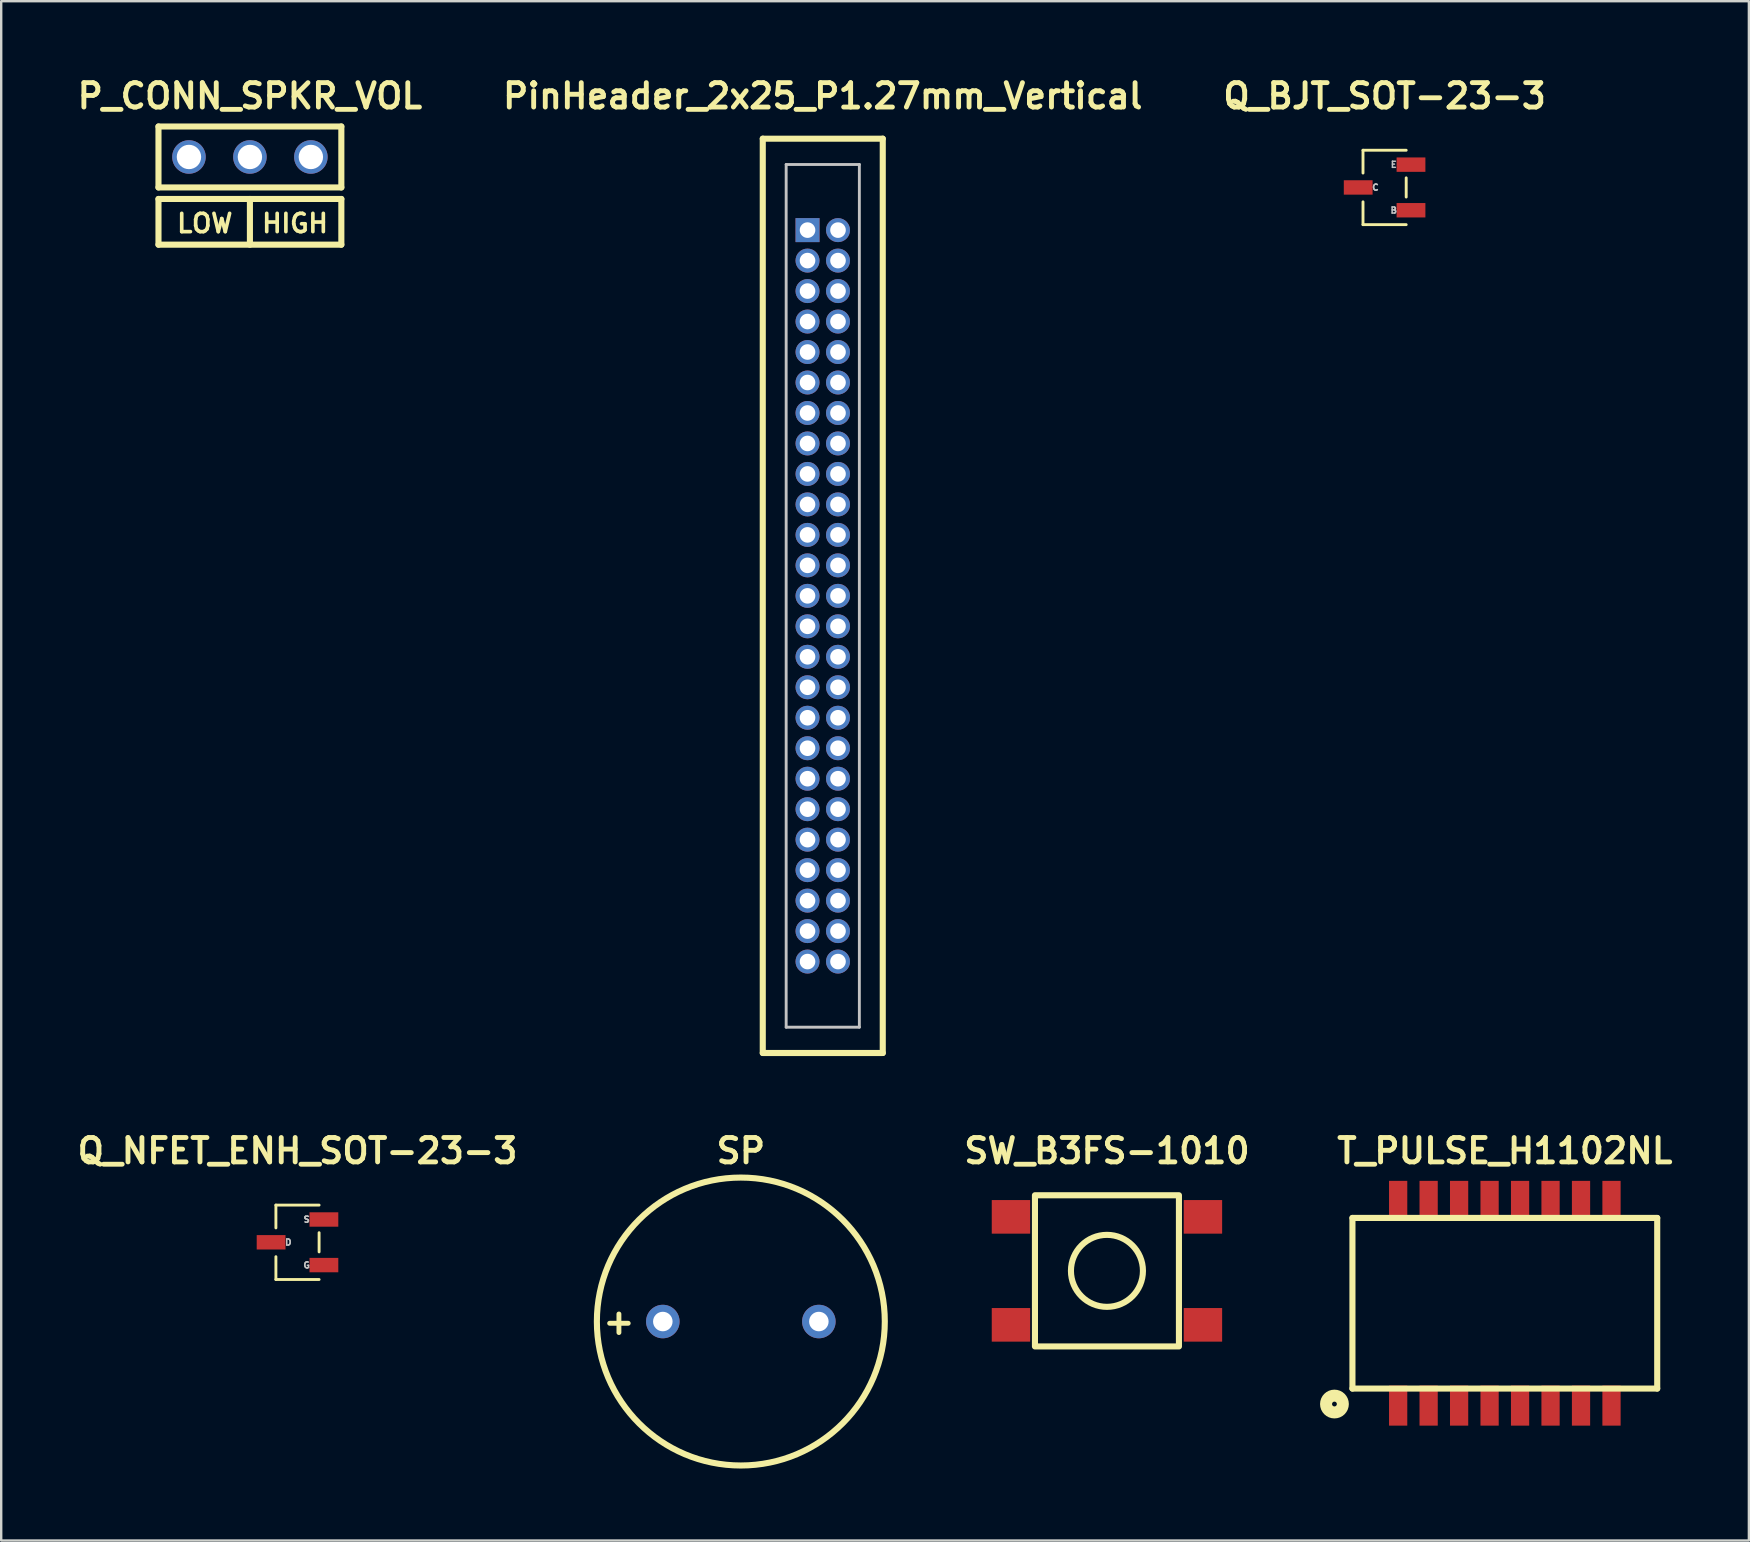
<source format=kicad_pcb>
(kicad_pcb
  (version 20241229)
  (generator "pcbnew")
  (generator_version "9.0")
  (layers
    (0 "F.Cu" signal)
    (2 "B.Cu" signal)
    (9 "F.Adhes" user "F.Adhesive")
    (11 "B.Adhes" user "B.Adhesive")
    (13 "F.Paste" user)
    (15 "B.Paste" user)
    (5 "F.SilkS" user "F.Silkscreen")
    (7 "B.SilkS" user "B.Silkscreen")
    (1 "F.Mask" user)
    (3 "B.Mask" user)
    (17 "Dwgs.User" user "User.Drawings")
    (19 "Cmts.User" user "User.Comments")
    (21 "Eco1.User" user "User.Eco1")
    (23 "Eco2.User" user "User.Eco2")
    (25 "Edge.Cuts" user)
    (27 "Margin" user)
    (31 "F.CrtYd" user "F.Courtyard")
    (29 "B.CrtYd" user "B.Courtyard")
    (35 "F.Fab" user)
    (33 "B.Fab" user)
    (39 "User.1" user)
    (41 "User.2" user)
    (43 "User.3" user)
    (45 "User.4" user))
  (footprint "T_PULSE_H1102NL"
    (layer "F.Cu")
    (at 59.657 51.257)
    (property "Reference" "T_PULSE_H1102NL" (at 0 -6.35 0) (unlocked yes) (layer "F.SilkS") (effects (font (size 1.016 1.016) (thickness 0.203))))
    (attr smd)
    (fp_line (start -6.35 -3.555) (end -6.35 3.555) (stroke (width 0.254) (type default)) (layer "F.SilkS"))
    (fp_line (start -6.35 -3.555) (end 6.35 -3.555) (stroke (width 0.254) (type default)) (layer "F.SilkS"))
    (fp_line (start -6.35 3.555) (end 6.35 3.555) (stroke (width 0.254) (type default)) (layer "F.SilkS"))
    (fp_line (start 6.35 -3.555) (end 6.35 3.555) (stroke (width 0.254) (type default)) (layer "F.SilkS"))
    (fp_circle (center -7.1 4.2) (end -7 4.2) (stroke (width 0.5) (type default)) (fill no) (layer "F.SilkS"))
    (pad "1" smd rect (at -4.445 4.265) (size 0.76 1.67) (layers "F.Cu" "F.Mask" "F.Paste"))
    (pad "2" smd rect (at -3.175 4.265) (size 0.76 1.67) (layers "F.Cu" "F.Mask" "F.Paste"))
    (pad "3" smd rect (at -1.905 4.265) (size 0.76 1.67) (layers "F.Cu" "F.Mask" "F.Paste"))
    (pad "4" smd rect (at -0.635 4.265) (size 0.76 1.67) (layers "F.Cu" "F.Mask" "F.Paste"))
    (pad "5" smd rect (at 0.635 4.265) (size 0.76 1.67) (layers "F.Cu" "F.Mask" "F.Paste"))
    (pad "6" smd rect (at 1.905 4.265) (size 0.76 1.67) (layers "F.Cu" "F.Mask" "F.Paste"))
    (pad "7" smd rect (at 3.175 4.265) (size 0.76 1.67) (layers "F.Cu" "F.Mask" "F.Paste"))
    (pad "8" smd rect (at 4.445 4.265) (size 0.76 1.67) (layers "F.Cu" "F.Mask" "F.Paste"))
    (pad "9" smd rect (at 4.445 -4.265) (size 0.76 1.67) (layers "F.Cu" "F.Mask" "F.Paste"))
    (pad "10" smd rect (at 3.175 -4.265) (size 0.76 1.67) (layers "F.Cu" "F.Mask" "F.Paste"))
    (pad "11" smd rect (at 1.905 -4.265) (size 0.76 1.67) (layers "F.Cu" "F.Mask" "F.Paste"))
    (pad "12" smd rect (at 0.635 -4.265) (size 0.76 1.67) (layers "F.Cu" "F.Mask" "F.Paste"))
    (pad "13" smd rect (at -0.635 -4.265) (size 0.76 1.67) (layers "F.Cu" "F.Mask" "F.Paste"))
    (pad "14" smd rect (at -1.905 -4.265) (size 0.76 1.67) (layers "F.Cu" "F.Mask" "F.Paste"))
    (pad "15" smd rect (at -3.175 -4.265) (size 0.76 1.67) (layers "F.Cu" "F.Mask" "F.Paste"))
    (pad "16" smd rect (at -4.445 -4.265) (size 0.76 1.67) (layers "F.Cu" "F.Mask" "F.Paste")))
  (footprint "Q_BJT_SOT-23-3"
    (layer "F.Cu")
    (at 54.647 4.761)
    (property "Reference" "Q_BJT_SOT-23-3" (at 0 -3.81 0) (layer "F.SilkS") (effects (font (size 1.016 1.016) (thickness 0.203))))
    (property "Value" "${VALUE}" (at 0 3.81 0) (layer "F.SilkS") (hide yes) (effects (font (size 1.016 0.914) (thickness 0.203) (italic yes))))
    (attr smd)
    (fp_line (start -0.9 -1.55) (end -0.9 -0.6) (stroke (width 0.12) (type solid)) (layer "F.SilkS"))
    (fp_line (start -0.9 -1.55) (end 0.9 -1.55) (stroke (width 0.12) (type solid)) (layer "F.SilkS"))
    (fp_line (start -0.9 0.6) (end -0.9 1.55) (stroke (width 0.12) (type solid)) (layer "F.SilkS"))
    (fp_line (start 0.9 -0.4) (end 0.9 0.4) (stroke (width 0.12) (type solid)) (layer "F.SilkS"))
    (fp_line (start 0.9 1.55) (end -0.9 1.55) (stroke (width 0.12) (type solid)) (layer "F.SilkS"))
    (fp_text user "E" (at 0.381 -0.953 0) (layer "Dwgs.User") (effects (font (size 0.254 0.254) (thickness 0.064))))
    (fp_text user "B" (at 0.381 0.953 0) (layer "Dwgs.User") (effects (font (size 0.254 0.254) (thickness 0.064))))
    (fp_text user "C" (at -0.381 0 0) (layer "Dwgs.User") (effects (font (size 0.254 0.254) (thickness 0.064))))
    (pad "1" smd rect (at 1.1 0.95) (size 1.2 0.6) (layers "F.Cu" "F.Mask" "F.Paste"))
    (pad "2" smd rect (at 1.1 -0.95) (size 1.2 0.6) (layers "F.Cu" "F.Mask" "F.Paste"))
    (pad "3" smd rect (at -1.1 0) (size 1.2 0.6) (layers "F.Cu" "F.Mask" "F.Paste")))
  (footprint "Q_NFET_ENH_SOT-23-3"
    (layer "F.Cu")
    (at 9.347 48.717)
    (property "Reference" "Q_NFET_ENH_SOT-23-3" (at 0 -3.81 0) (layer "F.SilkS") (effects (font (size 1.016 1.016) (thickness 0.203))))
    (property "Value" "${VALUE}" (at 0 3.81 0) (layer "F.SilkS") (hide yes) (effects (font (size 1.016 0.914) (thickness 0.203) (italic yes))))
    (attr smd)
    (fp_line (start -0.9 -1.55) (end -0.9 -0.6) (stroke (width 0.12) (type solid)) (layer "F.SilkS"))
    (fp_line (start -0.9 -1.55) (end 0.9 -1.55) (stroke (width 0.12) (type solid)) (layer "F.SilkS"))
    (fp_line (start -0.9 0.6) (end -0.9 1.55) (stroke (width 0.12) (type solid)) (layer "F.SilkS"))
    (fp_line (start 0.9 -0.4) (end 0.9 0.4) (stroke (width 0.12) (type solid)) (layer "F.SilkS"))
    (fp_line (start 0.9 1.55) (end -0.9 1.55) (stroke (width 0.12) (type solid)) (layer "F.SilkS"))
    (fp_text user "D" (at -0.381 0 0) (layer "Dwgs.User") (effects (font (size 0.254 0.254) (thickness 0.064))))
    (fp_text user "G" (at 0.381 0.953 0) (layer "Dwgs.User") (effects (font (size 0.254 0.254) (thickness 0.064))))
    (fp_text user "S" (at 0.381 -0.953 0) (layer "Dwgs.User") (effects (font (size 0.254 0.254) (thickness 0.064))))
    (pad "1" smd rect (at 1.1 0.95) (size 1.2 0.6) (layers "F.Cu" "F.Mask" "F.Paste"))
    (pad "2" smd rect (at -1.1 0) (size 1.2 0.6) (layers "F.Cu" "F.Mask" "F.Paste"))
    (pad "3" smd rect (at 1.1 -0.95) (size 1.2 0.6) (layers "F.Cu" "F.Mask" "F.Paste")))
  (footprint "PinHeader_2x25_P1.27mm_Vertical"
    (layer "F.Cu")
    (at 31.235 21.779)
    (property "Reference" "PinHeader_2x25_P1.27mm_Vertical" (at 0 -20.828 0) (layer "F.SilkS") (effects (font (size 1.016 1.016) (thickness 0.203))))
    (attr through_hole)
    (fp_line (start -2.5 -19.05) (end 2.5 -19.05) (stroke (width 0.254) (type solid)) (layer "F.SilkS"))
    (fp_line (start -2.5 19.05) (end -2.5 -19.05) (stroke (width 0.254) (type solid)) (layer "F.SilkS"))
    (fp_line (start -2.5 19.05) (end 2.5 19.05) (stroke (width 0.254) (type solid)) (layer "F.SilkS"))
    (fp_line (start 2.5 -19.05) (end 2.5 19.05) (stroke (width 0.254) (type solid)) (layer "F.SilkS"))
    (fp_line (start -1.525 -17.975) (end -1.525 17.975) (stroke (width 0.12) (type default)) (layer "Dwgs.User"))
    (fp_line (start -1.525 -17.975) (end 1.525 -17.975) (stroke (width 0.12) (type default)) (layer "Dwgs.User"))
    (fp_line (start -1.525 17.975) (end 1.525 17.975) (stroke (width 0.12) (type default)) (layer "Dwgs.User"))
    (fp_line (start 1.525 17.975) (end 1.525 -17.975) (stroke (width 0.12) (type default)) (layer "Dwgs.User"))
    (pad "1" thru_hole rect (at -0.635 -15.24) (size 1 1) (drill 0.65) (layers "*.Cu" "*.Mask"))
    (pad "2" thru_hole oval (at 0.635 -15.24) (size 1 1) (drill 0.65) (layers "*.Cu" "*.Mask"))
    (pad "3" thru_hole oval (at -0.635 -13.97) (size 1 1) (drill 0.65) (layers "*.Cu" "*.Mask"))
    (pad "4" thru_hole oval (at 0.635 -13.97) (size 1 1) (drill 0.65) (layers "*.Cu" "*.Mask"))
    (pad "5" thru_hole oval (at -0.635 -12.7) (size 1 1) (drill 0.65) (layers "*.Cu" "*.Mask"))
    (pad "6" thru_hole oval (at 0.635 -12.7) (size 1 1) (drill 0.65) (layers "*.Cu" "*.Mask"))
    (pad "7" thru_hole oval (at -0.635 -11.43) (size 1 1) (drill 0.65) (layers "*.Cu" "*.Mask"))
    (pad "8" thru_hole oval (at 0.635 -11.43) (size 1 1) (drill 0.65) (layers "*.Cu" "*.Mask"))
    (pad "9" thru_hole oval (at -0.635 -10.16) (size 1 1) (drill 0.65) (layers "*.Cu" "*.Mask"))
    (pad "10" thru_hole oval (at 0.635 -10.16) (size 1 1) (drill 0.65) (layers "*.Cu" "*.Mask"))
    (pad "11" thru_hole oval (at -0.635 -8.89) (size 1 1) (drill 0.65) (layers "*.Cu" "*.Mask"))
    (pad "12" thru_hole oval (at 0.635 -8.89) (size 1 1) (drill 0.65) (layers "*.Cu" "*.Mask"))
    (pad "13" thru_hole oval (at -0.635 -7.62) (size 1 1) (drill 0.65) (layers "*.Cu" "*.Mask"))
    (pad "14" thru_hole oval (at 0.635 -7.62) (size 1 1) (drill 0.65) (layers "*.Cu" "*.Mask"))
    (pad "15" thru_hole oval (at -0.635 -6.35) (size 1 1) (drill 0.65) (layers "*.Cu" "*.Mask"))
    (pad "16" thru_hole oval (at 0.635 -6.35) (size 1 1) (drill 0.65) (layers "*.Cu" "*.Mask"))
    (pad "17" thru_hole oval (at -0.635 -5.08) (size 1 1) (drill 0.65) (layers "*.Cu" "*.Mask"))
    (pad "18" thru_hole oval (at 0.635 -5.08) (size 1 1) (drill 0.65) (layers "*.Cu" "*.Mask"))
    (pad "19" thru_hole oval (at -0.635 -3.81) (size 1 1) (drill 0.65) (layers "*.Cu" "*.Mask"))
    (pad "20" thru_hole oval (at 0.635 -3.81) (size 1 1) (drill 0.65) (layers "*.Cu" "*.Mask"))
    (pad "21" thru_hole oval (at -0.635 -2.54) (size 1 1) (drill 0.65) (layers "*.Cu" "*.Mask"))
    (pad "22" thru_hole oval (at 0.635 -2.54) (size 1 1) (drill 0.65) (layers "*.Cu" "*.Mask"))
    (pad "23" thru_hole oval (at -0.635 -1.27) (size 1 1) (drill 0.65) (layers "*.Cu" "*.Mask"))
    (pad "24" thru_hole oval (at 0.635 -1.27) (size 1 1) (drill 0.65) (layers "*.Cu" "*.Mask"))
    (pad "25" thru_hole oval (at -0.635 0) (size 1 1) (drill 0.65) (layers "*.Cu" "*.Mask"))
    (pad "26" thru_hole oval (at 0.635 0) (size 1 1) (drill 0.65) (layers "*.Cu" "*.Mask"))
    (pad "27" thru_hole oval (at -0.635 1.27) (size 1 1) (drill 0.65) (layers "*.Cu" "*.Mask"))
    (pad "28" thru_hole oval (at 0.635 1.27) (size 1 1) (drill 0.65) (layers "*.Cu" "*.Mask"))
    (pad "29" thru_hole oval (at -0.635 2.54) (size 1 1) (drill 0.65) (layers "*.Cu" "*.Mask"))
    (pad "30" thru_hole oval (at 0.635 2.54) (size 1 1) (drill 0.65) (layers "*.Cu" "*.Mask"))
    (pad "31" thru_hole oval (at -0.635 3.81) (size 1 1) (drill 0.65) (layers "*.Cu" "*.Mask"))
    (pad "32" thru_hole oval (at 0.635 3.81) (size 1 1) (drill 0.65) (layers "*.Cu" "*.Mask"))
    (pad "33" thru_hole oval (at -0.635 5.08) (size 1 1) (drill 0.65) (layers "*.Cu" "*.Mask"))
    (pad "34" thru_hole oval (at 0.635 5.08) (size 1 1) (drill 0.65) (layers "*.Cu" "*.Mask"))
    (pad "35" thru_hole oval (at -0.635 6.35) (size 1 1) (drill 0.65) (layers "*.Cu" "*.Mask"))
    (pad "36" thru_hole oval (at 0.635 6.35) (size 1 1) (drill 0.65) (layers "*.Cu" "*.Mask"))
    (pad "37" thru_hole oval (at -0.635 7.62) (size 1 1) (drill 0.65) (layers "*.Cu" "*.Mask"))
    (pad "38" thru_hole oval (at 0.635 7.62) (size 1 1) (drill 0.65) (layers "*.Cu" "*.Mask"))
    (pad "39" thru_hole oval (at -0.635 8.89) (size 1 1) (drill 0.65) (layers "*.Cu" "*.Mask"))
    (pad "40" thru_hole oval (at 0.635 8.89) (size 1 1) (drill 0.65) (layers "*.Cu" "*.Mask"))
    (pad "41" thru_hole oval (at -0.635 10.16) (size 1 1) (drill 0.65) (layers "*.Cu" "*.Mask"))
    (pad "42" thru_hole oval (at 0.635 10.16) (size 1 1) (drill 0.65) (layers "*.Cu" "*.Mask"))
    (pad "43" thru_hole oval (at -0.635 11.43) (size 1 1) (drill 0.65) (layers "*.Cu" "*.Mask"))
    (pad "44" thru_hole oval (at 0.635 11.43) (size 1 1) (drill 0.65) (layers "*.Cu" "*.Mask"))
    (pad "45" thru_hole oval (at -0.635 12.7) (size 1 1) (drill 0.65) (layers "*.Cu" "*.Mask"))
    (pad "46" thru_hole oval (at 0.635 12.7) (size 1 1) (drill 0.65) (layers "*.Cu" "*.Mask"))
    (pad "47" thru_hole oval (at -0.635 13.97) (size 1 1) (drill 0.65) (layers "*.Cu" "*.Mask"))
    (pad "48" thru_hole oval (at 0.635 13.97) (size 1 1) (drill 0.65) (layers "*.Cu" "*.Mask"))
    (pad "49" thru_hole oval (at -0.635 15.24) (size 1 1) (drill 0.65) (layers "*.Cu" "*.Mask"))
    (pad "50" thru_hole oval (at 0.635 15.24) (size 1 1) (drill 0.65) (layers "*.Cu" "*.Mask")))
  (footprint "SP"
    (layer "F.Cu")
    (at 27.821 52.019)
    (property "Reference" "SP" (at 0 -7.112 0) (layer "F.SilkS") (effects (font (size 1.016 1.016) (thickness 0.203))))
    (property "Value" "${VALUE}" (at 0 7.112 0) (layer "F.SilkS") (hide yes) (effects (font (size 1.016 0.914) (thickness 0.203) (italic yes))))
    (attr through_hole)
    (fp_circle (center 0 0) (end 0 -5.999) (stroke (width 0.254) (type solid)) (fill no) (layer "F.SilkS"))
    (fp_text user "+" (at -5.08 0 0) (layer "F.SilkS") (effects (font (size 1.016 1.016) (thickness 0.203))))
    (pad "1" thru_hole circle (at -3.251 0) (size 1.397 1.397) (drill 0.813) (layers "*.Cu" "*.Mask"))
    (pad "2" thru_hole circle (at 3.251 0) (size 1.397 1.397) (drill 0.813) (layers "*.Cu" "*.Mask")))
  (footprint "P_CONN_SPKR_VOL"
    (layer "F.Cu")
    (at 7.364 3.491)
    (property "Reference" "P_CONN_SPKR_VOL" (at 0 -2.54 0) (layer "F.SilkS") (effects (font (size 1.016 1.016) (thickness 0.203))))
    (property "Value" "${VALUE}" (at 0 5.08 0) (layer "F.SilkS") (hide yes) (effects (font (size 1.016 0.914) (thickness 0.203) (italic yes))))
    (attr through_hole)
    (fp_line (start -3.81 -1.27) (end 3.81 -1.27) (stroke (width 0.254) (type solid)) (layer "F.SilkS"))
    (fp_line (start -3.81 1.27) (end -3.81 -1.27) (stroke (width 0.254) (type solid)) (layer "F.SilkS"))
    (fp_line (start -3.81 1.75) (end 3.81 1.75) (stroke (width 0.254) (type default)) (layer "F.SilkS"))
    (fp_line (start -3.81 3.655) (end -3.81 1.75) (stroke (width 0.254) (type default)) (layer "F.SilkS"))
    (fp_line (start 0 1.75) (end 0 3.655) (stroke (width 0.254) (type default)) (layer "F.SilkS"))
    (fp_line (start 3.81 -1.27) (end 3.81 1.27) (stroke (width 0.254) (type solid)) (layer "F.SilkS"))
    (fp_line (start 3.81 1.27) (end -3.81 1.27) (stroke (width 0.254) (type solid)) (layer "F.SilkS"))
    (fp_line (start 3.81 1.75) (end 3.81 3.655) (stroke (width 0.254) (type default)) (layer "F.SilkS"))
    (fp_line (start 3.81 3.655) (end -3.81 3.655) (stroke (width 0.254) (type default)) (layer "F.SilkS"))
    (fp_text user "HIGH" (at 1.88 2.766 0) (unlocked yes) (layer "F.SilkS") (effects (font (size 0.762 0.762) (thickness 0.152) (bold yes))))
    (fp_text user "LOW" (at -1.88 2.766 0) (unlocked yes) (layer "F.SilkS") (effects (font (size 0.762 0.762) (thickness 0.152) (bold yes))))
    (pad "1" thru_hole circle (at -2.54 0) (size 1.397 1.397) (drill 1.016) (layers "*.Cu" "*.Mask"))
    (pad "2" thru_hole circle (at 0 0) (size 1.397 1.397) (drill 1.016) (layers "*.Cu" "*.Mask"))
    (pad "3" thru_hole circle (at 2.54 0) (size 1.397 1.397) (drill 1.016) (layers "*.Cu" "*.Mask")))
  (footprint "SW_B3FS-1010"
    (layer "F.Cu")
    (at 43.077 49.907)
    (property "Reference" "SW_B3FS-1010" (at 0 -5 0) (unlocked yes) (layer "F.SilkS") (effects (font (size 1.016 1.016) (thickness 0.203))))
    (attr smd)
    (fp_rect (start -3 -3.15) (end 3 3.15) (stroke (width 0.254) (type solid)) (fill no) (layer "F.SilkS"))
    (fp_circle (center 0 0) (end 1.5 0) (stroke (width 0.254) (type solid)) (fill no) (layer "F.SilkS"))
    (pad "1" smd rect (at -4 2.25) (size 1.6 1.4) (layers "F.Cu" "F.Mask" "F.Paste"))
    (pad "1" smd rect (at 4 2.25) (size 1.6 1.4) (layers "F.Cu" "F.Mask" "F.Paste"))
    (pad "2" smd rect (at -4 -2.25) (size 1.6 1.4) (layers "F.Cu" "F.Mask" "F.Paste"))
    (pad "2" smd rect (at 4 -2.25) (size 1.6 1.4) (layers "F.Cu" "F.Mask" "F.Paste")))
  (gr_rect
    (start -3 -3)
    (end 69.827 61.145)
    (stroke (width 0.1) (type default))
    (fill no)
    (layer "Edge.Cuts")))
</source>
